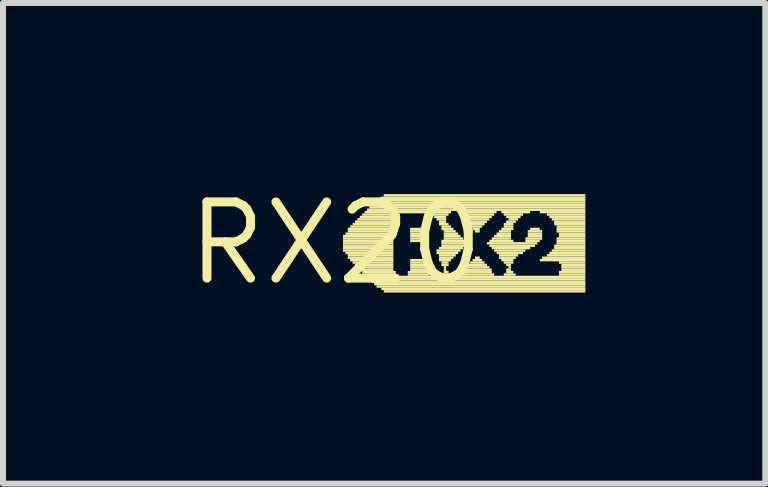
<source format=kicad_pcb>
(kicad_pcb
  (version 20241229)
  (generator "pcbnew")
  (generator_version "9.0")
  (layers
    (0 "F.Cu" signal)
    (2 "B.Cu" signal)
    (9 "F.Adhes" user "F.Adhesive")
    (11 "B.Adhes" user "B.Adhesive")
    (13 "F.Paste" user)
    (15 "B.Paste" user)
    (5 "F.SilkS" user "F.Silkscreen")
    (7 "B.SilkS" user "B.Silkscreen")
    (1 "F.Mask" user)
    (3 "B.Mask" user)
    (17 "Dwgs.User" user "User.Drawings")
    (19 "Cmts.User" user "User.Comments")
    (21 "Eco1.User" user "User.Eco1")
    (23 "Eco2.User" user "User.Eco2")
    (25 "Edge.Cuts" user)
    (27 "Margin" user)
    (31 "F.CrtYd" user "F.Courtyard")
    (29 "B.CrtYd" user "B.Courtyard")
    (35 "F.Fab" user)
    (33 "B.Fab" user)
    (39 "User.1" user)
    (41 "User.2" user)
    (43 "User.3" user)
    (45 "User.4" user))
  (footprint "RX20"
    (layer "F.Cu")
    (at 2.547 1.006)
    (property "Reference" "RX20" (at 0 0 0) (layer "F.SilkS") (effects (font (size 1.27 1.27) (thickness 0.15))))
    (attr through_hole)
    (fp_poly (pts (xy 0.12 -0.1) (xy 0.96 -0.1) (xy 0.96 -0.14) (xy 0.12 -0.14)) (stroke (width 0) (type solid)) (fill yes) (layer "F.SilkS"))
    (fp_poly (pts (xy 0.12 -0.06) (xy 0.96 -0.06) (xy 0.96 -0.1) (xy 0.12 -0.1)) (stroke (width 0) (type solid)) (fill yes) (layer "F.SilkS"))
    (fp_poly (pts (xy 0.12 -0.02) (xy 0.96 -0.02) (xy 0.96 -0.06) (xy 0.12 -0.06)) (stroke (width 0) (type solid)) (fill yes) (layer "F.SilkS"))
    (fp_poly (pts (xy 0.12 0.02) (xy 0.96 0.02) (xy 0.96 -0.02) (xy 0.12 -0.02)) (stroke (width 0) (type solid)) (fill yes) (layer "F.SilkS"))
    (fp_poly (pts (xy 0.12 0.06) (xy 0.96 0.06) (xy 0.96 0.02) (xy 0.12 0.02)) (stroke (width 0) (type solid)) (fill yes) (layer "F.SilkS"))
    (fp_poly (pts (xy 0.12 0.1) (xy 0.96 0.1) (xy 0.96 0.06) (xy 0.12 0.06)) (stroke (width 0) (type solid)) (fill yes) (layer "F.SilkS"))
    (fp_poly (pts (xy 0.12 0.14) (xy 0.96 0.14) (xy 0.96 0.1) (xy 0.12 0.1)) (stroke (width 0) (type solid)) (fill yes) (layer "F.SilkS"))
    (fp_poly (pts (xy 0.16 -0.14) (xy 0.96 -0.14) (xy 0.96 -0.18) (xy 0.16 -0.18)) (stroke (width 0) (type solid)) (fill yes) (layer "F.SilkS"))
    (fp_poly (pts (xy 0.16 0.18) (xy 0.96 0.18) (xy 0.96 0.14) (xy 0.16 0.14)) (stroke (width 0) (type solid)) (fill yes) (layer "F.SilkS"))
    (fp_poly (pts (xy 0.2 -0.22) (xy 0.96 -0.22) (xy 0.96 -0.26) (xy 0.2 -0.26)) (stroke (width 0) (type solid)) (fill yes) (layer "F.SilkS"))
    (fp_poly (pts (xy 0.2 -0.18) (xy 0.96 -0.18) (xy 0.96 -0.22) (xy 0.2 -0.22)) (stroke (width 0) (type solid)) (fill yes) (layer "F.SilkS"))
    (fp_poly (pts (xy 0.2 0.22) (xy 0.96 0.22) (xy 0.96 0.18) (xy 0.2 0.18)) (stroke (width 0) (type solid)) (fill yes) (layer "F.SilkS"))
    (fp_poly (pts (xy 0.2 0.26) (xy 0.96 0.26) (xy 0.96 0.22) (xy 0.2 0.22)) (stroke (width 0) (type solid)) (fill yes) (layer "F.SilkS"))
    (fp_poly (pts (xy 0.24 -0.26) (xy 0.96 -0.26) (xy 0.96 -0.3) (xy 0.24 -0.3)) (stroke (width 0) (type solid)) (fill yes) (layer "F.SilkS"))
    (fp_poly (pts (xy 0.24 0.3) (xy 0.96 0.3) (xy 0.96 0.26) (xy 0.24 0.26)) (stroke (width 0) (type solid)) (fill yes) (layer "F.SilkS"))
    (fp_poly (pts (xy 0.28 -0.3) (xy 0.96 -0.3) (xy 0.96 -0.34) (xy 0.28 -0.34)) (stroke (width 0) (type solid)) (fill yes) (layer "F.SilkS"))
    (fp_poly (pts (xy 0.28 0.34) (xy 0.96 0.34) (xy 0.96 0.3) (xy 0.28 0.3)) (stroke (width 0) (type solid)) (fill yes) (layer "F.SilkS"))
    (fp_poly (pts (xy 0.32 -0.34) (xy 0.96 -0.34) (xy 0.96 -0.38) (xy 0.32 -0.38)) (stroke (width 0) (type solid)) (fill yes) (layer "F.SilkS"))
    (fp_poly (pts (xy 0.32 0.38) (xy 0.96 0.38) (xy 0.96 0.34) (xy 0.32 0.34)) (stroke (width 0) (type solid)) (fill yes) (layer "F.SilkS"))
    (fp_poly (pts (xy 0.36 -0.38) (xy 0.96 -0.38) (xy 0.96 -0.42) (xy 0.36 -0.42)) (stroke (width 0) (type solid)) (fill yes) (layer "F.SilkS"))
    (fp_poly (pts (xy 0.36 0.42) (xy 0.96 0.42) (xy 0.96 0.38) (xy 0.36 0.38)) (stroke (width 0) (type solid)) (fill yes) (layer "F.SilkS"))
    (fp_poly (pts (xy 0.4 -0.42) (xy 0.96 -0.42) (xy 0.96 -0.46) (xy 0.4 -0.46)) (stroke (width 0) (type solid)) (fill yes) (layer "F.SilkS"))
    (fp_poly (pts (xy 0.4 0.46) (xy 0.96 0.46) (xy 0.96 0.42) (xy 0.4 0.42)) (stroke (width 0) (type solid)) (fill yes) (layer "F.SilkS"))
    (fp_poly (pts (xy 0.44 -0.46) (xy 1 -0.46) (xy 1 -0.5) (xy 0.44 -0.5)) (stroke (width 0) (type solid)) (fill yes) (layer "F.SilkS"))
    (fp_poly (pts (xy 0.44 0.5) (xy 1 0.5) (xy 1 0.46) (xy 0.44 0.46)) (stroke (width 0) (type solid)) (fill yes) (layer "F.SilkS"))
    (fp_poly (pts (xy 0.48 -0.5) (xy 1.92 -0.5) (xy 1.92 -0.54) (xy 0.48 -0.54)) (stroke (width 0) (type solid)) (fill yes) (layer "F.SilkS"))
    (fp_poly (pts (xy 0.48 0.54) (xy 1 0.54) (xy 1 0.5) (xy 0.48 0.5)) (stroke (width 0) (type solid)) (fill yes) (layer "F.SilkS"))
    (fp_poly (pts (xy 0.52 -0.54) (xy 4.16 -0.54) (xy 4.16 -0.58) (xy 0.52 -0.58)) (stroke (width 0) (type solid)) (fill yes) (layer "F.SilkS"))
    (fp_poly (pts (xy 0.52 0.58) (xy 4.16 0.58) (xy 4.16 0.54) (xy 0.52 0.54)) (stroke (width 0) (type solid)) (fill yes) (layer "F.SilkS"))
    (fp_poly (pts (xy 0.56 -0.58) (xy 4.16 -0.58) (xy 4.16 -0.62) (xy 0.56 -0.62)) (stroke (width 0) (type solid)) (fill yes) (layer "F.SilkS"))
    (fp_poly (pts (xy 0.56 0.62) (xy 4.16 0.62) (xy 4.16 0.58) (xy 0.56 0.58)) (stroke (width 0) (type solid)) (fill yes) (layer "F.SilkS"))
    (fp_poly (pts (xy 0.6 -0.62) (xy 4.16 -0.62) (xy 4.16 -0.66) (xy 0.6 -0.66)) (stroke (width 0) (type solid)) (fill yes) (layer "F.SilkS"))
    (fp_poly (pts (xy 0.6 0.66) (xy 4.16 0.66) (xy 4.16 0.62) (xy 0.6 0.62)) (stroke (width 0) (type solid)) (fill yes) (layer "F.SilkS"))
    (fp_poly (pts (xy 0.64 -0.66) (xy 4.16 -0.66) (xy 4.16 -0.7) (xy 0.64 -0.7)) (stroke (width 0) (type solid)) (fill yes) (layer "F.SilkS"))
    (fp_poly (pts (xy 0.64 0.7) (xy 4.16 0.7) (xy 4.16 0.66) (xy 0.64 0.66)) (stroke (width 0) (type solid)) (fill yes) (layer "F.SilkS"))
    (fp_poly (pts (xy 0.68 -0.7) (xy 4.16 -0.7) (xy 4.16 -0.74) (xy 0.68 -0.74)) (stroke (width 0) (type solid)) (fill yes) (layer "F.SilkS"))
    (fp_poly (pts (xy 0.68 0.74) (xy 4.16 0.74) (xy 4.16 0.7) (xy 0.68 0.7)) (stroke (width 0) (type solid)) (fill yes) (layer "F.SilkS"))
    (fp_poly (pts (xy 0.76 -0.74) (xy 4.16 -0.74) (xy 4.16 -0.78) (xy 0.76 -0.78)) (stroke (width 0) (type solid)) (fill yes) (layer "F.SilkS"))
    (fp_poly (pts (xy 0.76 0.78) (xy 4.16 0.78) (xy 4.16 0.74) (xy 0.76 0.74)) (stroke (width 0) (type solid)) (fill yes) (layer "F.SilkS"))
    (fp_poly (pts (xy 0.8 -0.78) (xy 4.16 -0.78) (xy 4.16 -0.82) (xy 0.8 -0.82)) (stroke (width 0) (type solid)) (fill yes) (layer "F.SilkS"))
    (fp_poly (pts (xy 0.8 0.82) (xy 4.16 0.82) (xy 4.16 0.78) (xy 0.8 0.78)) (stroke (width 0) (type solid)) (fill yes) (layer "F.SilkS"))
    (fp_poly (pts (xy 1.2 0.5) (xy 1.56 0.5) (xy 1.56 0.46) (xy 1.2 0.46)) (stroke (width 0) (type solid)) (fill yes) (layer "F.SilkS"))
    (fp_poly (pts (xy 1.2 0.54) (xy 1.56 0.54) (xy 1.56 0.5) (xy 1.2 0.5)) (stroke (width 0) (type solid)) (fill yes) (layer "F.SilkS"))
    (fp_poly (pts (xy 1.24 -0.22) (xy 1.48 -0.22) (xy 1.48 -0.26) (xy 1.24 -0.26)) (stroke (width 0) (type solid)) (fill yes) (layer "F.SilkS"))
    (fp_poly (pts (xy 1.24 -0.18) (xy 1.52 -0.18) (xy 1.52 -0.22) (xy 1.24 -0.22)) (stroke (width 0) (type solid)) (fill yes) (layer "F.SilkS"))
    (fp_poly (pts (xy 1.24 -0.14) (xy 1.52 -0.14) (xy 1.52 -0.18) (xy 1.24 -0.18)) (stroke (width 0) (type solid)) (fill yes) (layer "F.SilkS"))
    (fp_poly (pts (xy 1.24 -0.1) (xy 1.52 -0.1) (xy 1.52 -0.14) (xy 1.24 -0.14)) (stroke (width 0) (type solid)) (fill yes) (layer "F.SilkS"))
    (fp_poly (pts (xy 1.24 -0.06) (xy 1.52 -0.06) (xy 1.52 -0.1) (xy 1.24 -0.1)) (stroke (width 0) (type solid)) (fill yes) (layer "F.SilkS"))
    (fp_poly (pts (xy 1.24 -0.02) (xy 1.52 -0.02) (xy 1.52 -0.06) (xy 1.24 -0.06)) (stroke (width 0) (type solid)) (fill yes) (layer "F.SilkS"))
    (fp_poly (pts (xy 1.24 0.3) (xy 1.48 0.3) (xy 1.48 0.26) (xy 1.24 0.26)) (stroke (width 0) (type solid)) (fill yes) (layer "F.SilkS"))
    (fp_poly (pts (xy 1.24 0.34) (xy 1.48 0.34) (xy 1.48 0.3) (xy 1.24 0.3)) (stroke (width 0) (type solid)) (fill yes) (layer "F.SilkS"))
    (fp_poly (pts (xy 1.24 0.38) (xy 1.52 0.38) (xy 1.52 0.34) (xy 1.24 0.34)) (stroke (width 0) (type solid)) (fill yes) (layer "F.SilkS"))
    (fp_poly (pts (xy 1.24 0.42) (xy 1.52 0.42) (xy 1.52 0.38) (xy 1.24 0.38)) (stroke (width 0) (type solid)) (fill yes) (layer "F.SilkS"))
    (fp_poly (pts (xy 1.24 0.46) (xy 1.52 0.46) (xy 1.52 0.42) (xy 1.24 0.42)) (stroke (width 0) (type solid)) (fill yes) (layer "F.SilkS"))
    (fp_poly (pts (xy 1.56 -0.46) (xy 1.88 -0.46) (xy 1.88 -0.5) (xy 1.56 -0.5)) (stroke (width 0) (type solid)) (fill yes) (layer "F.SilkS"))
    (fp_poly (pts (xy 1.64 -0.42) (xy 1.84 -0.42) (xy 1.84 -0.46) (xy 1.64 -0.46)) (stroke (width 0) (type solid)) (fill yes) (layer "F.SilkS"))
    (fp_poly (pts (xy 1.68 -0.38) (xy 1.84 -0.38) (xy 1.84 -0.42) (xy 1.68 -0.42)) (stroke (width 0) (type solid)) (fill yes) (layer "F.SilkS"))
    (fp_poly (pts (xy 1.68 0.14) (xy 2.08 0.14) (xy 2.08 0.1) (xy 1.68 0.1)) (stroke (width 0) (type solid)) (fill yes) (layer "F.SilkS"))
    (fp_poly (pts (xy 1.68 0.18) (xy 2.04 0.18) (xy 2.04 0.14) (xy 1.68 0.14)) (stroke (width 0) (type solid)) (fill yes) (layer "F.SilkS"))
    (fp_poly (pts (xy 1.72 -0.34) (xy 1.84 -0.34) (xy 1.84 -0.38) (xy 1.72 -0.38)) (stroke (width 0) (type solid)) (fill yes) (layer "F.SilkS"))
    (fp_poly (pts (xy 1.72 -0.3) (xy 1.88 -0.3) (xy 1.88 -0.34) (xy 1.72 -0.34)) (stroke (width 0) (type solid)) (fill yes) (layer "F.SilkS"))
    (fp_poly (pts (xy 1.72 0.1) (xy 2.12 0.1) (xy 2.12 0.06) (xy 1.72 0.06)) (stroke (width 0) (type solid)) (fill yes) (layer "F.SilkS"))
    (fp_poly (pts (xy 1.72 0.22) (xy 2 0.22) (xy 2 0.18) (xy 1.72 0.18)) (stroke (width 0) (type solid)) (fill yes) (layer "F.SilkS"))
    (fp_poly (pts (xy 1.72 0.26) (xy 1.96 0.26) (xy 1.96 0.22) (xy 1.72 0.22)) (stroke (width 0) (type solid)) (fill yes) (layer "F.SilkS"))
    (fp_poly (pts (xy 1.72 0.3) (xy 1.92 0.3) (xy 1.92 0.26) (xy 1.72 0.26)) (stroke (width 0) (type solid)) (fill yes) (layer "F.SilkS"))
    (fp_poly (pts (xy 1.72 0.54) (xy 1.92 0.54) (xy 1.92 0.5) (xy 1.72 0.5)) (stroke (width 0) (type solid)) (fill yes) (layer "F.SilkS"))
    (fp_poly (pts (xy 1.76 -0.26) (xy 1.92 -0.26) (xy 1.92 -0.3) (xy 1.76 -0.3)) (stroke (width 0) (type solid)) (fill yes) (layer "F.SilkS"))
    (fp_poly (pts (xy 1.76 -0.22) (xy 1.96 -0.22) (xy 1.96 -0.26) (xy 1.76 -0.26)) (stroke (width 0) (type solid)) (fill yes) (layer "F.SilkS"))
    (fp_poly (pts (xy 1.76 -0.02) (xy 2.16 -0.02) (xy 2.16 -0.06) (xy 1.76 -0.06)) (stroke (width 0) (type solid)) (fill yes) (layer "F.SilkS"))
    (fp_poly (pts (xy 1.76 0.02) (xy 2.16 0.02) (xy 2.16 -0.02) (xy 1.76 -0.02)) (stroke (width 0) (type solid)) (fill yes) (layer "F.SilkS"))
    (fp_poly (pts (xy 1.76 0.06) (xy 2.16 0.06) (xy 2.16 0.02) (xy 1.76 0.02)) (stroke (width 0) (type solid)) (fill yes) (layer "F.SilkS"))
    (fp_poly (pts (xy 1.76 0.34) (xy 1.88 0.34) (xy 1.88 0.3) (xy 1.76 0.3)) (stroke (width 0) (type solid)) (fill yes) (layer "F.SilkS"))
    (fp_poly (pts (xy 1.76 0.38) (xy 1.88 0.38) (xy 1.88 0.34) (xy 1.76 0.34)) (stroke (width 0) (type solid)) (fill yes) (layer "F.SilkS"))
    (fp_poly (pts (xy 1.8 -0.18) (xy 2 -0.18) (xy 2 -0.22) (xy 1.8 -0.22)) (stroke (width 0) (type solid)) (fill yes) (layer "F.SilkS"))
    (fp_poly (pts (xy 1.8 -0.14) (xy 2.04 -0.14) (xy 2.04 -0.18) (xy 1.8 -0.18)) (stroke (width 0) (type solid)) (fill yes) (layer "F.SilkS"))
    (fp_poly (pts (xy 1.8 -0.1) (xy 2.08 -0.1) (xy 2.08 -0.14) (xy 1.8 -0.14)) (stroke (width 0) (type solid)) (fill yes) (layer "F.SilkS"))
    (fp_poly (pts (xy 1.8 -0.06) (xy 2.12 -0.06) (xy 2.12 -0.1) (xy 1.8 -0.1)) (stroke (width 0) (type solid)) (fill yes) (layer "F.SilkS"))
    (fp_poly (pts (xy 1.8 0.42) (xy 1.84 0.42) (xy 1.84 0.38) (xy 1.8 0.38)) (stroke (width 0) (type solid)) (fill yes) (layer "F.SilkS"))
    (fp_poly (pts (xy 1.8 0.46) (xy 1.84 0.46) (xy 1.84 0.42) (xy 1.8 0.42)) (stroke (width 0) (type solid)) (fill yes) (layer "F.SilkS"))
    (fp_poly (pts (xy 1.8 0.5) (xy 1.88 0.5) (xy 1.88 0.46) (xy 1.8 0.46)) (stroke (width 0) (type solid)) (fill yes) (layer "F.SilkS"))
    (fp_poly (pts (xy 2.04 -0.5) (xy 2.68 -0.5) (xy 2.68 -0.54) (xy 2.04 -0.54)) (stroke (width 0) (type solid)) (fill yes) (layer "F.SilkS"))
    (fp_poly (pts (xy 2.04 0.54) (xy 2.64 0.54) (xy 2.64 0.5) (xy 2.04 0.5)) (stroke (width 0) (type solid)) (fill yes) (layer "F.SilkS"))
    (fp_poly (pts (xy 2.08 -0.46) (xy 2.64 -0.46) (xy 2.64 -0.5) (xy 2.08 -0.5)) (stroke (width 0) (type solid)) (fill yes) (layer "F.SilkS"))
    (fp_poly (pts (xy 2.08 0.5) (xy 2.6 0.5) (xy 2.6 0.46) (xy 2.08 0.46)) (stroke (width 0) (type solid)) (fill yes) (layer "F.SilkS"))
    (fp_poly (pts (xy 2.12 -0.42) (xy 2.6 -0.42) (xy 2.6 -0.46) (xy 2.12 -0.46)) (stroke (width 0) (type solid)) (fill yes) (layer "F.SilkS"))
    (fp_poly (pts (xy 2.12 0.46) (xy 2.6 0.46) (xy 2.6 0.42) (xy 2.12 0.42)) (stroke (width 0) (type solid)) (fill yes) (layer "F.SilkS"))
    (fp_poly (pts (xy 2.16 -0.38) (xy 2.56 -0.38) (xy 2.56 -0.42) (xy 2.16 -0.42)) (stroke (width 0) (type solid)) (fill yes) (layer "F.SilkS"))
    (fp_poly (pts (xy 2.16 0.42) (xy 2.56 0.42) (xy 2.56 0.38) (xy 2.16 0.38)) (stroke (width 0) (type solid)) (fill yes) (layer "F.SilkS"))
    (fp_poly (pts (xy 2.2 -0.34) (xy 2.52 -0.34) (xy 2.52 -0.38) (xy 2.2 -0.38)) (stroke (width 0) (type solid)) (fill yes) (layer "F.SilkS"))
    (fp_poly (pts (xy 2.2 0.38) (xy 2.52 0.38) (xy 2.52 0.34) (xy 2.2 0.34)) (stroke (width 0) (type solid)) (fill yes) (layer "F.SilkS"))
    (fp_poly (pts (xy 2.24 -0.3) (xy 2.48 -0.3) (xy 2.48 -0.34) (xy 2.24 -0.34)) (stroke (width 0) (type solid)) (fill yes) (layer "F.SilkS"))
    (fp_poly (pts (xy 2.24 -0.26) (xy 2.44 -0.26) (xy 2.44 -0.3) (xy 2.24 -0.3)) (stroke (width 0) (type solid)) (fill yes) (layer "F.SilkS"))
    (fp_poly (pts (xy 2.24 0.34) (xy 2.48 0.34) (xy 2.48 0.3) (xy 2.24 0.3)) (stroke (width 0) (type solid)) (fill yes) (layer "F.SilkS"))
    (fp_poly (pts (xy 2.28 -0.22) (xy 2.4 -0.22) (xy 2.4 -0.26) (xy 2.28 -0.26)) (stroke (width 0) (type solid)) (fill yes) (layer "F.SilkS"))
    (fp_poly (pts (xy 2.28 0.3) (xy 2.44 0.3) (xy 2.44 0.26) (xy 2.28 0.26)) (stroke (width 0) (type solid)) (fill yes) (layer "F.SilkS"))
    (fp_poly (pts (xy 2.32 -0.18) (xy 2.4 -0.18) (xy 2.4 -0.22) (xy 2.32 -0.22)) (stroke (width 0) (type solid)) (fill yes) (layer "F.SilkS"))
    (fp_poly (pts (xy 2.32 0.26) (xy 2.4 0.26) (xy 2.4 0.22) (xy 2.32 0.22)) (stroke (width 0) (type solid)) (fill yes) (layer "F.SilkS"))
    (fp_poly (pts (xy 2.52 0.02) (xy 3.36 0.02) (xy 3.36 -0.02) (xy 2.52 -0.02)) (stroke (width 0) (type solid)) (fill yes) (layer "F.SilkS"))
    (fp_poly (pts (xy 2.56 -0.02) (xy 2.96 -0.02) (xy 2.96 -0.06) (xy 2.56 -0.06)) (stroke (width 0) (type solid)) (fill yes) (layer "F.SilkS"))
    (fp_poly (pts (xy 2.56 0.06) (xy 3.32 0.06) (xy 3.32 0.02) (xy 2.56 0.02)) (stroke (width 0) (type solid)) (fill yes) (layer "F.SilkS"))
    (fp_poly (pts (xy 2.6 -0.06) (xy 2.92 -0.06) (xy 2.92 -0.1) (xy 2.6 -0.1)) (stroke (width 0) (type solid)) (fill yes) (layer "F.SilkS"))
    (fp_poly (pts (xy 2.6 0.1) (xy 3.24 0.1) (xy 3.24 0.06) (xy 2.6 0.06)) (stroke (width 0) (type solid)) (fill yes) (layer "F.SilkS"))
    (fp_poly (pts (xy 2.64 -0.1) (xy 2.92 -0.1) (xy 2.92 -0.14) (xy 2.64 -0.14)) (stroke (width 0) (type solid)) (fill yes) (layer "F.SilkS"))
    (fp_poly (pts (xy 2.64 0.14) (xy 3.16 0.14) (xy 3.16 0.1) (xy 2.64 0.1)) (stroke (width 0) (type solid)) (fill yes) (layer "F.SilkS"))
    (fp_poly (pts (xy 2.68 -0.14) (xy 2.92 -0.14) (xy 2.92 -0.18) (xy 2.68 -0.18)) (stroke (width 0) (type solid)) (fill yes) (layer "F.SilkS"))
    (fp_poly (pts (xy 2.68 0.18) (xy 3.12 0.18) (xy 3.12 0.14) (xy 2.68 0.14)) (stroke (width 0) (type solid)) (fill yes) (layer "F.SilkS"))
    (fp_poly (pts (xy 2.72 -0.18) (xy 2.92 -0.18) (xy 2.92 -0.22) (xy 2.72 -0.22)) (stroke (width 0) (type solid)) (fill yes) (layer "F.SilkS"))
    (fp_poly (pts (xy 2.72 0.22) (xy 3.04 0.22) (xy 3.04 0.18) (xy 2.72 0.18)) (stroke (width 0) (type solid)) (fill yes) (layer "F.SilkS"))
    (fp_poly (pts (xy 2.72 0.26) (xy 3 0.26) (xy 3 0.22) (xy 2.72 0.22)) (stroke (width 0) (type solid)) (fill yes) (layer "F.SilkS"))
    (fp_poly (pts (xy 2.76 -0.5) (xy 3.24 -0.5) (xy 3.24 -0.54) (xy 2.76 -0.54)) (stroke (width 0) (type solid)) (fill yes) (layer "F.SilkS"))
    (fp_poly (pts (xy 2.76 -0.22) (xy 2.96 -0.22) (xy 2.96 -0.26) (xy 2.76 -0.26)) (stroke (width 0) (type solid)) (fill yes) (layer "F.SilkS"))
    (fp_poly (pts (xy 2.76 0.3) (xy 2.96 0.3) (xy 2.96 0.26) (xy 2.76 0.26)) (stroke (width 0) (type solid)) (fill yes) (layer "F.SilkS"))
    (fp_poly (pts (xy 2.8 -0.46) (xy 3.12 -0.46) (xy 3.12 -0.5) (xy 2.8 -0.5)) (stroke (width 0) (type solid)) (fill yes) (layer "F.SilkS"))
    (fp_poly (pts (xy 2.8 -0.3) (xy 2.96 -0.3) (xy 2.96 -0.34) (xy 2.8 -0.34)) (stroke (width 0) (type solid)) (fill yes) (layer "F.SilkS"))
    (fp_poly (pts (xy 2.8 -0.26) (xy 2.96 -0.26) (xy 2.96 -0.3) (xy 2.8 -0.3)) (stroke (width 0) (type solid)) (fill yes) (layer "F.SilkS"))
    (fp_poly (pts (xy 2.8 0.34) (xy 2.96 0.34) (xy 2.96 0.3) (xy 2.8 0.3)) (stroke (width 0) (type solid)) (fill yes) (layer "F.SilkS"))
    (fp_poly (pts (xy 2.8 0.54) (xy 3 0.54) (xy 3 0.5) (xy 2.8 0.5)) (stroke (width 0) (type solid)) (fill yes) (layer "F.SilkS"))
    (fp_poly (pts (xy 2.84 -0.42) (xy 3.08 -0.42) (xy 3.08 -0.46) (xy 2.84 -0.46)) (stroke (width 0) (type solid)) (fill yes) (layer "F.SilkS"))
    (fp_poly (pts (xy 2.84 -0.34) (xy 3 -0.34) (xy 3 -0.38) (xy 2.84 -0.38)) (stroke (width 0) (type solid)) (fill yes) (layer "F.SilkS"))
    (fp_poly (pts (xy 2.84 0.38) (xy 2.92 0.38) (xy 2.92 0.34) (xy 2.84 0.34)) (stroke (width 0) (type solid)) (fill yes) (layer "F.SilkS"))
    (fp_poly (pts (xy 2.84 0.46) (xy 2.92 0.46) (xy 2.92 0.42) (xy 2.84 0.42)) (stroke (width 0) (type solid)) (fill yes) (layer "F.SilkS"))
    (fp_poly (pts (xy 2.84 0.5) (xy 2.96 0.5) (xy 2.96 0.46) (xy 2.84 0.46)) (stroke (width 0) (type solid)) (fill yes) (layer "F.SilkS"))
    (fp_poly (pts (xy 2.88 -0.38) (xy 3.04 -0.38) (xy 3.04 -0.42) (xy 2.88 -0.42)) (stroke (width 0) (type solid)) (fill yes) (layer "F.SilkS"))
    (fp_poly (pts (xy 2.88 0.42) (xy 2.92 0.42) (xy 2.92 0.38) (xy 2.88 0.38)) (stroke (width 0) (type solid)) (fill yes) (layer "F.SilkS"))
    (fp_poly (pts (xy 3.16 -0.06) (xy 3.44 -0.06) (xy 3.44 -0.1) (xy 3.16 -0.1)) (stroke (width 0) (type solid)) (fill yes) (layer "F.SilkS"))
    (fp_poly (pts (xy 3.16 -0.02) (xy 3.4 -0.02) (xy 3.4 -0.06) (xy 3.16 -0.06)) (stroke (width 0) (type solid)) (fill yes) (layer "F.SilkS"))
    (fp_poly (pts (xy 3.2 -0.18) (xy 3.44 -0.18) (xy 3.44 -0.22) (xy 3.2 -0.22)) (stroke (width 0) (type solid)) (fill yes) (layer "F.SilkS"))
    (fp_poly (pts (xy 3.2 -0.14) (xy 3.44 -0.14) (xy 3.44 -0.18) (xy 3.2 -0.18)) (stroke (width 0) (type solid)) (fill yes) (layer "F.SilkS"))
    (fp_poly (pts (xy 3.2 -0.1) (xy 3.44 -0.1) (xy 3.44 -0.14) (xy 3.2 -0.14)) (stroke (width 0) (type solid)) (fill yes) (layer "F.SilkS"))
    (fp_poly (pts (xy 3.24 -0.22) (xy 3.4 -0.22) (xy 3.4 -0.26) (xy 3.24 -0.26)) (stroke (width 0) (type solid)) (fill yes) (layer "F.SilkS"))
    (fp_poly (pts (xy 3.4 -0.5) (xy 4.16 -0.5) (xy 4.16 -0.54) (xy 3.4 -0.54)) (stroke (width 0) (type solid)) (fill yes) (layer "F.SilkS"))
    (fp_poly (pts (xy 3.4 0.3) (xy 4.16 0.3) (xy 4.16 0.26) (xy 3.4 0.26)) (stroke (width 0) (type solid)) (fill yes) (layer "F.SilkS"))
    (fp_poly (pts (xy 3.44 0.26) (xy 4.16 0.26) (xy 4.16 0.22) (xy 3.44 0.22)) (stroke (width 0) (type solid)) (fill yes) (layer "F.SilkS"))
    (fp_poly (pts (xy 3.52 -0.46) (xy 4.16 -0.46) (xy 4.16 -0.5) (xy 3.52 -0.5)) (stroke (width 0) (type solid)) (fill yes) (layer "F.SilkS"))
    (fp_poly (pts (xy 3.52 0.22) (xy 4.16 0.22) (xy 4.16 0.18) (xy 3.52 0.18)) (stroke (width 0) (type solid)) (fill yes) (layer "F.SilkS"))
    (fp_poly (pts (xy 3.56 -0.42) (xy 4.16 -0.42) (xy 4.16 -0.46) (xy 3.56 -0.46)) (stroke (width 0) (type solid)) (fill yes) (layer "F.SilkS"))
    (fp_poly (pts (xy 3.56 0.18) (xy 4.16 0.18) (xy 4.16 0.14) (xy 3.56 0.14)) (stroke (width 0) (type solid)) (fill yes) (layer "F.SilkS"))
    (fp_poly (pts (xy 3.6 -0.38) (xy 4.16 -0.38) (xy 4.16 -0.42) (xy 3.6 -0.42)) (stroke (width 0) (type solid)) (fill yes) (layer "F.SilkS"))
    (fp_poly (pts (xy 3.6 0.14) (xy 4.16 0.14) (xy 4.16 0.1) (xy 3.6 0.1)) (stroke (width 0) (type solid)) (fill yes) (layer "F.SilkS"))
    (fp_poly (pts (xy 3.64 -0.34) (xy 4.16 -0.34) (xy 4.16 -0.38) (xy 3.64 -0.38)) (stroke (width 0) (type solid)) (fill yes) (layer "F.SilkS"))
    (fp_poly (pts (xy 3.64 -0.3) (xy 4.16 -0.3) (xy 4.16 -0.34) (xy 3.64 -0.34)) (stroke (width 0) (type solid)) (fill yes) (layer "F.SilkS"))
    (fp_poly (pts (xy 3.64 0.06) (xy 4.16 0.06) (xy 4.16 0.02) (xy 3.64 0.02)) (stroke (width 0) (type solid)) (fill yes) (layer "F.SilkS"))
    (fp_poly (pts (xy 3.64 0.1) (xy 4.16 0.1) (xy 4.16 0.06) (xy 3.64 0.06)) (stroke (width 0) (type solid)) (fill yes) (layer "F.SilkS"))
    (fp_poly (pts (xy 3.68 -0.26) (xy 4.16 -0.26) (xy 4.16 -0.3) (xy 3.68 -0.3)) (stroke (width 0) (type solid)) (fill yes) (layer "F.SilkS"))
    (fp_poly (pts (xy 3.68 -0.22) (xy 4.16 -0.22) (xy 4.16 -0.26) (xy 3.68 -0.26)) (stroke (width 0) (type solid)) (fill yes) (layer "F.SilkS"))
    (fp_poly (pts (xy 3.68 -0.18) (xy 4.16 -0.18) (xy 4.16 -0.22) (xy 3.68 -0.22)) (stroke (width 0) (type solid)) (fill yes) (layer "F.SilkS"))
    (fp_poly (pts (xy 3.68 -0.06) (xy 4.16 -0.06) (xy 4.16 -0.1) (xy 3.68 -0.1)) (stroke (width 0) (type solid)) (fill yes) (layer "F.SilkS"))
    (fp_poly (pts (xy 3.68 -0.02) (xy 4.16 -0.02) (xy 4.16 -0.06) (xy 3.68 -0.06)) (stroke (width 0) (type solid)) (fill yes) (layer "F.SilkS"))
    (fp_poly (pts (xy 3.68 0.02) (xy 4.16 0.02) (xy 4.16 -0.02) (xy 3.68 -0.02)) (stroke (width 0) (type solid)) (fill yes) (layer "F.SilkS"))
    (fp_poly (pts (xy 3.72 -0.14) (xy 4.16 -0.14) (xy 4.16 -0.18) (xy 3.72 -0.18)) (stroke (width 0) (type solid)) (fill yes) (layer "F.SilkS"))
    (fp_poly (pts (xy 3.72 -0.1) (xy 4.16 -0.1) (xy 4.16 -0.14) (xy 3.72 -0.14)) (stroke (width 0) (type solid)) (fill yes) (layer "F.SilkS"))
    (fp_poly (pts (xy 3.72 0.34) (xy 4.16 0.34) (xy 4.16 0.3) (xy 3.72 0.3)) (stroke (width 0) (type solid)) (fill yes) (layer "F.SilkS"))
    (fp_poly (pts (xy 3.72 0.5) (xy 4.16 0.5) (xy 4.16 0.46) (xy 3.72 0.46)) (stroke (width 0) (type solid)) (fill yes) (layer "F.SilkS"))
    (fp_poly (pts (xy 3.72 0.54) (xy 4.16 0.54) (xy 4.16 0.5) (xy 3.72 0.5)) (stroke (width 0) (type solid)) (fill yes) (layer "F.SilkS"))
    (fp_poly (pts (xy 3.76 0.38) (xy 4.16 0.38) (xy 4.16 0.34) (xy 3.76 0.34)) (stroke (width 0) (type solid)) (fill yes) (layer "F.SilkS"))
    (fp_poly (pts (xy 3.76 0.42) (xy 4.16 0.42) (xy 4.16 0.38) (xy 3.76 0.38)) (stroke (width 0) (type solid)) (fill yes) (layer "F.SilkS"))
    (fp_poly (pts (xy 3.76 0.46) (xy 4.16 0.46) (xy 4.16 0.42) (xy 3.76 0.42)) (stroke (width 0) (type solid)) (fill yes) (layer "F.SilkS")))
  (gr_rect
    (start -3 -3)
    (end 9.707 5.012)
    (stroke (width 0.1) (type default))
    (fill no)
    (layer "Edge.Cuts")))
</source>
